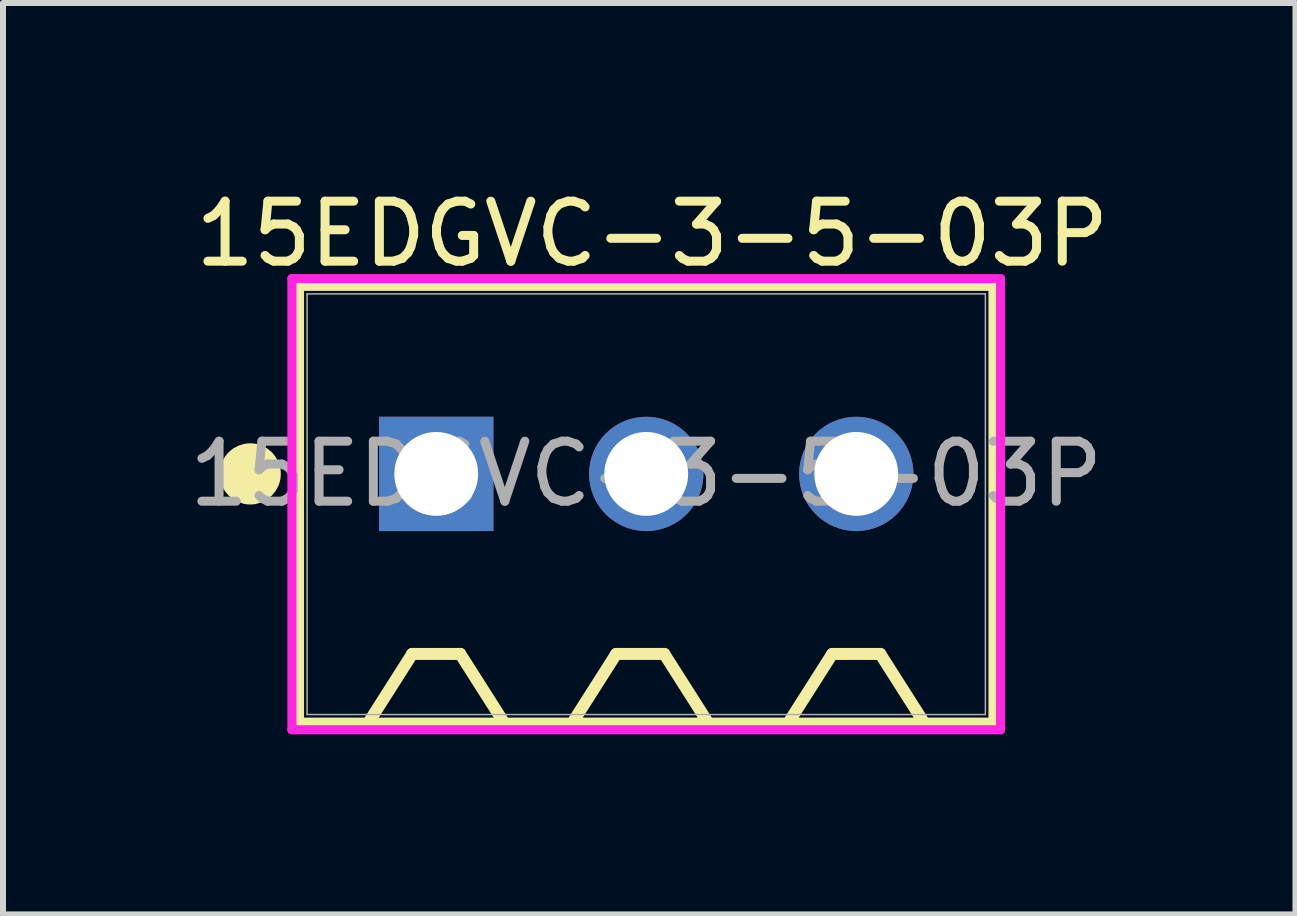
<source format=kicad_pcb>
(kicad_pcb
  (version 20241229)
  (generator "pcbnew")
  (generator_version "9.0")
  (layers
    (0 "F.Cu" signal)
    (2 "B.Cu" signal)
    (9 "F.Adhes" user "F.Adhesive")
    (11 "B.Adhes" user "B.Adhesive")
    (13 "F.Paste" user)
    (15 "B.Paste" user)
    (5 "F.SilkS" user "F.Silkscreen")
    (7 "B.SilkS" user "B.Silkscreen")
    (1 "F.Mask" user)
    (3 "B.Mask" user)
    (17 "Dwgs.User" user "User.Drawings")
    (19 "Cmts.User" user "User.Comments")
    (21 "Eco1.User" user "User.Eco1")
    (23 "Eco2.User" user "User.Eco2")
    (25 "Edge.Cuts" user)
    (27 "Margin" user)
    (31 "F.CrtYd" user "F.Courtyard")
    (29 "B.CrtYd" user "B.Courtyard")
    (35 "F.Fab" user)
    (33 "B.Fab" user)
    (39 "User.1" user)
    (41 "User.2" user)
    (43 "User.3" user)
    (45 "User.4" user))
  (footprint "15EDGVC-3-5-03P"
    (layer "F.Cu")
    (at 7.72 4.848)
    (property "Reference" "15EDGVC-3-5-03P" (at 0.1 -4 0) (unlocked yes) (layer "F.SilkS") (effects (font (size 1 1) (thickness 0.15))))
    (attr through_hole)
    (fp_line (start -5.779 -3.127) (end -5.779 4.137) (stroke (width 0.152) (type solid)) (layer "F.SilkS"))
    (fp_line (start -5.779 4.137) (end 5.779 4.137) (stroke (width 0.152) (type solid)) (layer "F.SilkS"))
    (fp_line (start -3.9 3) (end -4.6 4.1) (stroke (width 0.2) (type default)) (layer "F.SilkS"))
    (fp_line (start -3.9 3) (end -3.1 3) (stroke (width 0.2) (type default)) (layer "F.SilkS"))
    (fp_line (start -3.1 3) (end -2.4 4.1) (stroke (width 0.2) (type default)) (layer "F.SilkS"))
    (fp_line (start -0.5 3) (end -1.2 4.1) (stroke (width 0.2) (type default)) (layer "F.SilkS"))
    (fp_line (start -0.5 3) (end 0.3 3) (stroke (width 0.2) (type default)) (layer "F.SilkS"))
    (fp_line (start 0.3 3) (end 1 4.1) (stroke (width 0.2) (type default)) (layer "F.SilkS"))
    (fp_line (start 3.1 3) (end 2.4 4.1) (stroke (width 0.2) (type default)) (layer "F.SilkS"))
    (fp_line (start 3.1 3) (end 3.9 3) (stroke (width 0.2) (type default)) (layer "F.SilkS"))
    (fp_line (start 3.9 3) (end 4.6 4.1) (stroke (width 0.2) (type default)) (layer "F.SilkS"))
    (fp_line (start 5.779 -3.127) (end -5.779 -3.127) (stroke (width 0.152) (type solid)) (layer "F.SilkS"))
    (fp_line (start 5.779 4.137) (end 5.779 -3.127) (stroke (width 0.152) (type solid)) (layer "F.SilkS"))
    (fp_circle (center -6.6 0) (end -6.344 0) (stroke (width 0.508) (type solid)) (fill no) (layer "F.SilkS"))
    (fp_line (start -5.905 -3.254) (end -5.905 4.264) (stroke (width 0.152) (type solid)) (layer "F.CrtYd"))
    (fp_line (start -5.905 4.264) (end 5.905 4.264) (stroke (width 0.152) (type solid)) (layer "F.CrtYd"))
    (fp_line (start 5.905 -3.254) (end -5.905 -3.254) (stroke (width 0.152) (type solid)) (layer "F.CrtYd"))
    (fp_line (start 5.905 4.264) (end 5.905 -3.254) (stroke (width 0.152) (type solid)) (layer "F.CrtYd"))
    (fp_line (start -5.652 -3) (end -5.652 4.01) (stroke (width 0.025) (type solid)) (layer "F.Fab"))
    (fp_line (start -5.652 4.01) (end 5.652 4.01) (stroke (width 0.025) (type solid)) (layer "F.Fab"))
    (fp_line (start 5.652 -3) (end -5.652 -3) (stroke (width 0.025) (type solid)) (layer "F.Fab"))
    (fp_line (start 5.652 4.01) (end 5.652 -3) (stroke (width 0.025) (type solid)) (layer "F.Fab"))
    (fp_text user "${REFERENCE}" (at 0 0 0) (unlocked yes) (layer "F.Fab") (effects (font (size 1 1) (thickness 0.15))))
    (pad "1" thru_hole rect (at -3.5 0) (size 1.905 1.905) (drill 1.397) (layers "*.Cu" "*.Mask"))
    (pad "2" thru_hole circle (at 0 0) (size 1.905 1.905) (drill 1.397) (layers "*.Cu" "*.Mask"))
    (pad "3" thru_hole circle (at 3.5 0) (size 1.905 1.905) (drill 1.397) (layers "*.Cu" "*.Mask")))
  (gr_rect
    (start -3 -3)
    (end 18.54 12.189)
    (stroke (width 0.1) (type default))
    (fill no)
    (layer "Edge.Cuts")))
</source>
